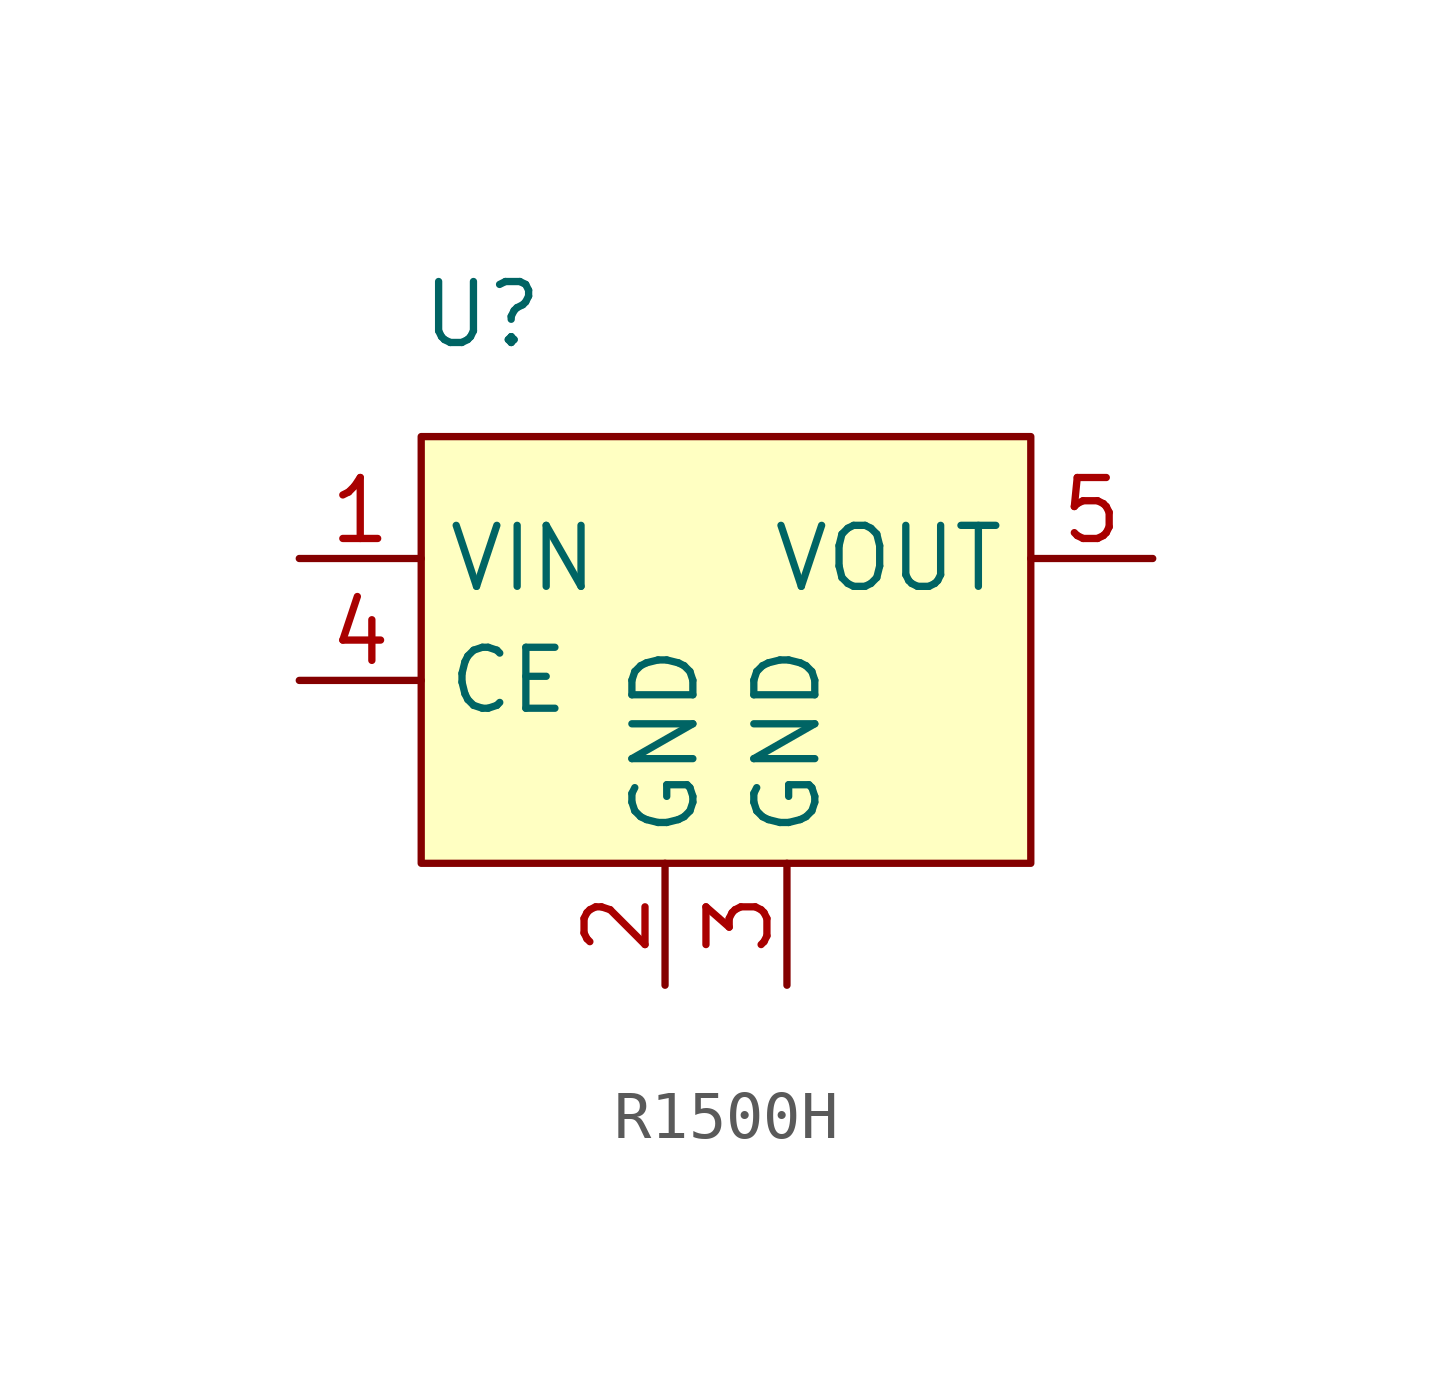
<source format=kicad_sym>
(kicad_symbol_lib
  (version 20220914)
  (generator kicad_symbol_editor)
  (symbol "R1500H"
    (property "Reference" "U"
      (at -5.08 6.35 0)
      (effects (font (size 1.27 1.27))))
    (property "Value" ""
      (at -8.89 1.27 0)
      (effects (font (size 1.27 1.27))))
    (symbol "R1500H_1_1"
      (rectangle (start -6.35 3.81) (end 6.35 -5.08) (stroke (width 0) (type default)) (fill (type background)))
      (pin input line (at -8.89 1.27 0) (length 2.54) (name "VIN" (effects (font (size 1.27 1.27)))) (number "1" (effects (font (size 1.27 1.27)))))
      (pin input line (at -1.27 -7.62 90) (length 2.54) (name "GND" (effects (font (size 1.27 1.27)))) (number "2" (effects (font (size 1.27 1.27)))))
      (pin input line (at 1.27 -7.62 90) (length 2.54) (name "GND" (effects (font (size 1.27 1.27)))) (number "3" (effects (font (size 1.27 1.27)))))
      (pin input line (at -8.89 -1.27 0) (length 2.54) (name "CE" (effects (font (size 1.27 1.27)))) (number "4" (effects (font (size 1.27 1.27)))))
      (pin input line (at 8.89 1.27 180) (length 2.54) (name "VOUT" (effects (font (size 1.27 1.27)))) (number "5" (effects (font (size 1.27 1.27))))))))
</source>
